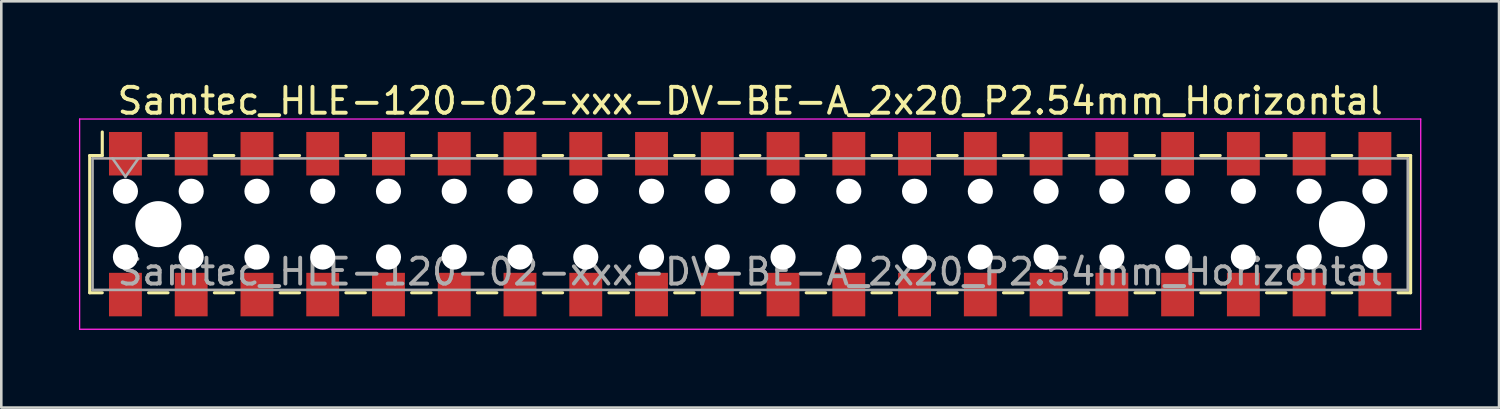
<source format=kicad_pcb>
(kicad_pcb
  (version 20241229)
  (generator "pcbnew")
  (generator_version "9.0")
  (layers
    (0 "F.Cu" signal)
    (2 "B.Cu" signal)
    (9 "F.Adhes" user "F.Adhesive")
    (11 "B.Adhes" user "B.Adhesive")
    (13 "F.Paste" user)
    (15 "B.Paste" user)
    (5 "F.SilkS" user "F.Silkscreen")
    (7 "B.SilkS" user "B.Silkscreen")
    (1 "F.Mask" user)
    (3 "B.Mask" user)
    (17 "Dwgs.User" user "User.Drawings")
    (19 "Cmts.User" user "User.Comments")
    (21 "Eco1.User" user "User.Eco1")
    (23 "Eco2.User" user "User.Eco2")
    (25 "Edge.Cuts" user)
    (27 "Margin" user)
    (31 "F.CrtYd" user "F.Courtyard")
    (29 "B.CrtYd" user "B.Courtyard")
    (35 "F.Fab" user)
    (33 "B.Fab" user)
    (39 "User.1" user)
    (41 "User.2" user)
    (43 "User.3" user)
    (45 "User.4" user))
  (footprint "Samtec_HLE-120-02-xxx-DV-BE-A_2x20_P2.54mm_Horizontal"
    (layer "F.Cu")
    (at 25.925 5.608)
    (property "Reference" "Samtec_HLE-120-02-xxx-DV-BE-A_2x20_P2.54mm_Horizontal" (at 0 -4.76 0) (layer "F.SilkS") (effects (font (size 1 1) (thickness 0.15))))
    (attr smd)
    (fp_line (start -25.51 -2.65) (end -25.51 2.65) (stroke (width 0.12) (type solid)) (layer "F.SilkS"))
    (fp_line (start -25.51 2.65) (end -25.025 2.65) (stroke (width 0.12) (type solid)) (layer "F.SilkS"))
    (fp_line (start -25.025 -3.56) (end -25.025 -2.65) (stroke (width 0.12) (type solid)) (layer "F.SilkS"))
    (fp_line (start -25.025 -2.65) (end -25.51 -2.65) (stroke (width 0.12) (type solid)) (layer "F.SilkS"))
    (fp_line (start -23.235 -2.65) (end -22.485 -2.65) (stroke (width 0.12) (type solid)) (layer "F.SilkS"))
    (fp_line (start -23.235 2.65) (end -22.485 2.65) (stroke (width 0.12) (type solid)) (layer "F.SilkS"))
    (fp_line (start -20.695 -2.65) (end -19.945 -2.65) (stroke (width 0.12) (type solid)) (layer "F.SilkS"))
    (fp_line (start -20.695 2.65) (end -19.945 2.65) (stroke (width 0.12) (type solid)) (layer "F.SilkS"))
    (fp_line (start -18.155 -2.65) (end -17.405 -2.65) (stroke (width 0.12) (type solid)) (layer "F.SilkS"))
    (fp_line (start -18.155 2.65) (end -17.405 2.65) (stroke (width 0.12) (type solid)) (layer "F.SilkS"))
    (fp_line (start -15.615 -2.65) (end -14.865 -2.65) (stroke (width 0.12) (type solid)) (layer "F.SilkS"))
    (fp_line (start -15.615 2.65) (end -14.865 2.65) (stroke (width 0.12) (type solid)) (layer "F.SilkS"))
    (fp_line (start -13.075 -2.65) (end -12.325 -2.65) (stroke (width 0.12) (type solid)) (layer "F.SilkS"))
    (fp_line (start -13.075 2.65) (end -12.325 2.65) (stroke (width 0.12) (type solid)) (layer "F.SilkS"))
    (fp_line (start -10.535 -2.65) (end -9.785 -2.65) (stroke (width 0.12) (type solid)) (layer "F.SilkS"))
    (fp_line (start -10.535 2.65) (end -9.785 2.65) (stroke (width 0.12) (type solid)) (layer "F.SilkS"))
    (fp_line (start -7.995 -2.65) (end -7.245 -2.65) (stroke (width 0.12) (type solid)) (layer "F.SilkS"))
    (fp_line (start -7.995 2.65) (end -7.245 2.65) (stroke (width 0.12) (type solid)) (layer "F.SilkS"))
    (fp_line (start -5.455 -2.65) (end -4.705 -2.65) (stroke (width 0.12) (type solid)) (layer "F.SilkS"))
    (fp_line (start -5.455 2.65) (end -4.705 2.65) (stroke (width 0.12) (type solid)) (layer "F.SilkS"))
    (fp_line (start -2.915 -2.65) (end -2.165 -2.65) (stroke (width 0.12) (type solid)) (layer "F.SilkS"))
    (fp_line (start -2.915 2.65) (end -2.165 2.65) (stroke (width 0.12) (type solid)) (layer "F.SilkS"))
    (fp_line (start -0.375 -2.65) (end 0.375 -2.65) (stroke (width 0.12) (type solid)) (layer "F.SilkS"))
    (fp_line (start -0.375 2.65) (end 0.375 2.65) (stroke (width 0.12) (type solid)) (layer "F.SilkS"))
    (fp_line (start 2.165 -2.65) (end 2.915 -2.65) (stroke (width 0.12) (type solid)) (layer "F.SilkS"))
    (fp_line (start 2.165 2.65) (end 2.915 2.65) (stroke (width 0.12) (type solid)) (layer "F.SilkS"))
    (fp_line (start 4.705 -2.65) (end 5.455 -2.65) (stroke (width 0.12) (type solid)) (layer "F.SilkS"))
    (fp_line (start 4.705 2.65) (end 5.455 2.65) (stroke (width 0.12) (type solid)) (layer "F.SilkS"))
    (fp_line (start 7.245 -2.65) (end 7.995 -2.65) (stroke (width 0.12) (type solid)) (layer "F.SilkS"))
    (fp_line (start 7.245 2.65) (end 7.995 2.65) (stroke (width 0.12) (type solid)) (layer "F.SilkS"))
    (fp_line (start 9.785 -2.65) (end 10.535 -2.65) (stroke (width 0.12) (type solid)) (layer "F.SilkS"))
    (fp_line (start 9.785 2.65) (end 10.535 2.65) (stroke (width 0.12) (type solid)) (layer "F.SilkS"))
    (fp_line (start 12.325 -2.65) (end 13.075 -2.65) (stroke (width 0.12) (type solid)) (layer "F.SilkS"))
    (fp_line (start 12.325 2.65) (end 13.075 2.65) (stroke (width 0.12) (type solid)) (layer "F.SilkS"))
    (fp_line (start 14.865 -2.65) (end 15.615 -2.65) (stroke (width 0.12) (type solid)) (layer "F.SilkS"))
    (fp_line (start 14.865 2.65) (end 15.615 2.65) (stroke (width 0.12) (type solid)) (layer "F.SilkS"))
    (fp_line (start 17.405 -2.65) (end 18.155 -2.65) (stroke (width 0.12) (type solid)) (layer "F.SilkS"))
    (fp_line (start 17.405 2.65) (end 18.155 2.65) (stroke (width 0.12) (type solid)) (layer "F.SilkS"))
    (fp_line (start 19.945 -2.65) (end 20.695 -2.65) (stroke (width 0.12) (type solid)) (layer "F.SilkS"))
    (fp_line (start 19.945 2.65) (end 20.695 2.65) (stroke (width 0.12) (type solid)) (layer "F.SilkS"))
    (fp_line (start 22.485 -2.65) (end 23.235 -2.65) (stroke (width 0.12) (type solid)) (layer "F.SilkS"))
    (fp_line (start 22.485 2.65) (end 23.235 2.65) (stroke (width 0.12) (type solid)) (layer "F.SilkS"))
    (fp_line (start 25.025 -2.65) (end 25.51 -2.65) (stroke (width 0.12) (type solid)) (layer "F.SilkS"))
    (fp_line (start 25.51 -2.65) (end 25.51 2.65) (stroke (width 0.12) (type solid)) (layer "F.SilkS"))
    (fp_line (start 25.51 2.65) (end 25.025 2.65) (stroke (width 0.12) (type solid)) (layer "F.SilkS"))
    (fp_line (start -25.9 -4.06) (end 25.9 -4.06) (stroke (width 0.05) (type solid)) (layer "F.CrtYd"))
    (fp_line (start -25.9 4.06) (end -25.9 -4.06) (stroke (width 0.05) (type solid)) (layer "F.CrtYd"))
    (fp_line (start 25.9 -4.06) (end 25.9 4.06) (stroke (width 0.05) (type solid)) (layer "F.CrtYd"))
    (fp_line (start 25.9 4.06) (end -25.9 4.06) (stroke (width 0.05) (type solid)) (layer "F.CrtYd"))
    (fp_line (start -25.4 -2.54) (end 25.4 -2.54) (stroke (width 0.1) (type solid)) (layer "F.Fab"))
    (fp_line (start -25.4 2.54) (end -25.4 -2.54) (stroke (width 0.1) (type solid)) (layer "F.Fab"))
    (fp_line (start -24.63 -2.54) (end -24.13 -1.833) (stroke (width 0.1) (type solid)) (layer "F.Fab"))
    (fp_line (start -24.13 -1.833) (end -23.63 -2.54) (stroke (width 0.1) (type solid)) (layer "F.Fab"))
    (fp_line (start 25.4 -2.54) (end 25.4 2.54) (stroke (width 0.1) (type solid)) (layer "F.Fab"))
    (fp_line (start 25.4 2.54) (end -25.4 2.54) (stroke (width 0.1) (type solid)) (layer "F.Fab"))
    (fp_text user "${REFERENCE}" (at 0 1.84 0) (layer "F.Fab") (effects (font (size 1 1) (thickness 0.15))))
    (pad "" np_thru_hole circle (at -24.13 -1.27) (size 0.97 0.97) (drill 0.97) (layers "*.Cu" "*.Mask"))
    (pad "" np_thru_hole circle (at -24.13 1.27) (size 0.97 0.97) (drill 0.97) (layers "*.Cu" "*.Mask"))
    (pad "" np_thru_hole circle (at -22.86 0) (size 1.78 1.78) (drill 1.78) (layers "*.Cu" "*.Mask"))
    (pad "" np_thru_hole circle (at -21.59 -1.27) (size 0.97 0.97) (drill 0.97) (layers "*.Cu" "*.Mask"))
    (pad "" np_thru_hole circle (at -21.59 1.27) (size 0.97 0.97) (drill 0.97) (layers "*.Cu" "*.Mask"))
    (pad "" np_thru_hole circle (at -19.05 -1.27) (size 0.97 0.97) (drill 0.97) (layers "*.Cu" "*.Mask"))
    (pad "" np_thru_hole circle (at -19.05 1.27) (size 0.97 0.97) (drill 0.97) (layers "*.Cu" "*.Mask"))
    (pad "" np_thru_hole circle (at -16.51 -1.27) (size 0.97 0.97) (drill 0.97) (layers "*.Cu" "*.Mask"))
    (pad "" np_thru_hole circle (at -16.51 1.27) (size 0.97 0.97) (drill 0.97) (layers "*.Cu" "*.Mask"))
    (pad "" np_thru_hole circle (at -13.97 -1.27) (size 0.97 0.97) (drill 0.97) (layers "*.Cu" "*.Mask"))
    (pad "" np_thru_hole circle (at -13.97 1.27) (size 0.97 0.97) (drill 0.97) (layers "*.Cu" "*.Mask"))
    (pad "" np_thru_hole circle (at -11.43 -1.27) (size 0.97 0.97) (drill 0.97) (layers "*.Cu" "*.Mask"))
    (pad "" np_thru_hole circle (at -11.43 1.27) (size 0.97 0.97) (drill 0.97) (layers "*.Cu" "*.Mask"))
    (pad "" np_thru_hole circle (at -8.89 -1.27) (size 0.97 0.97) (drill 0.97) (layers "*.Cu" "*.Mask"))
    (pad "" np_thru_hole circle (at -8.89 1.27) (size 0.97 0.97) (drill 0.97) (layers "*.Cu" "*.Mask"))
    (pad "" np_thru_hole circle (at -6.35 -1.27) (size 0.97 0.97) (drill 0.97) (layers "*.Cu" "*.Mask"))
    (pad "" np_thru_hole circle (at -6.35 1.27) (size 0.97 0.97) (drill 0.97) (layers "*.Cu" "*.Mask"))
    (pad "" np_thru_hole circle (at -3.81 -1.27) (size 0.97 0.97) (drill 0.97) (layers "*.Cu" "*.Mask"))
    (pad "" np_thru_hole circle (at -3.81 1.27) (size 0.97 0.97) (drill 0.97) (layers "*.Cu" "*.Mask"))
    (pad "" np_thru_hole circle (at -1.27 -1.27) (size 0.97 0.97) (drill 0.97) (layers "*.Cu" "*.Mask"))
    (pad "" np_thru_hole circle (at -1.27 1.27) (size 0.97 0.97) (drill 0.97) (layers "*.Cu" "*.Mask"))
    (pad "" np_thru_hole circle (at 1.27 -1.27) (size 0.97 0.97) (drill 0.97) (layers "*.Cu" "*.Mask"))
    (pad "" np_thru_hole circle (at 1.27 1.27) (size 0.97 0.97) (drill 0.97) (layers "*.Cu" "*.Mask"))
    (pad "" np_thru_hole circle (at 3.81 -1.27) (size 0.97 0.97) (drill 0.97) (layers "*.Cu" "*.Mask"))
    (pad "" np_thru_hole circle (at 3.81 1.27) (size 0.97 0.97) (drill 0.97) (layers "*.Cu" "*.Mask"))
    (pad "" np_thru_hole circle (at 6.35 -1.27) (size 0.97 0.97) (drill 0.97) (layers "*.Cu" "*.Mask"))
    (pad "" np_thru_hole circle (at 6.35 1.27) (size 0.97 0.97) (drill 0.97) (layers "*.Cu" "*.Mask"))
    (pad "" np_thru_hole circle (at 8.89 -1.27) (size 0.97 0.97) (drill 0.97) (layers "*.Cu" "*.Mask"))
    (pad "" np_thru_hole circle (at 8.89 1.27) (size 0.97 0.97) (drill 0.97) (layers "*.Cu" "*.Mask"))
    (pad "" np_thru_hole circle (at 11.43 -1.27) (size 0.97 0.97) (drill 0.97) (layers "*.Cu" "*.Mask"))
    (pad "" np_thru_hole circle (at 11.43 1.27) (size 0.97 0.97) (drill 0.97) (layers "*.Cu" "*.Mask"))
    (pad "" np_thru_hole circle (at 13.97 -1.27) (size 0.97 0.97) (drill 0.97) (layers "*.Cu" "*.Mask"))
    (pad "" np_thru_hole circle (at 13.97 1.27) (size 0.97 0.97) (drill 0.97) (layers "*.Cu" "*.Mask"))
    (pad "" np_thru_hole circle (at 16.51 -1.27) (size 0.97 0.97) (drill 0.97) (layers "*.Cu" "*.Mask"))
    (pad "" np_thru_hole circle (at 16.51 1.27) (size 0.97 0.97) (drill 0.97) (layers "*.Cu" "*.Mask"))
    (pad "" np_thru_hole circle (at 19.05 -1.27) (size 0.97 0.97) (drill 0.97) (layers "*.Cu" "*.Mask"))
    (pad "" np_thru_hole circle (at 19.05 1.27) (size 0.97 0.97) (drill 0.97) (layers "*.Cu" "*.Mask"))
    (pad "" np_thru_hole circle (at 21.59 -1.27) (size 0.97 0.97) (drill 0.97) (layers "*.Cu" "*.Mask"))
    (pad "" np_thru_hole circle (at 21.59 1.27) (size 0.97 0.97) (drill 0.97) (layers "*.Cu" "*.Mask"))
    (pad "" np_thru_hole circle (at 22.86 0) (size 1.78 1.78) (drill 1.78) (layers "*.Cu" "*.Mask"))
    (pad "" np_thru_hole circle (at 24.13 -1.27) (size 0.97 0.97) (drill 0.97) (layers "*.Cu" "*.Mask"))
    (pad "" np_thru_hole circle (at 24.13 1.27) (size 0.97 0.97) (drill 0.97) (layers "*.Cu" "*.Mask"))
    (pad "1" smd rect (at -24.13 -2.72) (size 1.27 1.68) (layers "F.Cu" "F.Mask" "F.Paste"))
    (pad "2" smd rect (at -24.13 2.72) (size 1.27 1.68) (layers "F.Cu" "F.Mask" "F.Paste"))
    (pad "3" smd rect (at -21.59 -2.72) (size 1.27 1.68) (layers "F.Cu" "F.Mask" "F.Paste"))
    (pad "4" smd rect (at -21.59 2.72) (size 1.27 1.68) (layers "F.Cu" "F.Mask" "F.Paste"))
    (pad "5" smd rect (at -19.05 -2.72) (size 1.27 1.68) (layers "F.Cu" "F.Mask" "F.Paste"))
    (pad "6" smd rect (at -19.05 2.72) (size 1.27 1.68) (layers "F.Cu" "F.Mask" "F.Paste"))
    (pad "7" smd rect (at -16.51 -2.72) (size 1.27 1.68) (layers "F.Cu" "F.Mask" "F.Paste"))
    (pad "8" smd rect (at -16.51 2.72) (size 1.27 1.68) (layers "F.Cu" "F.Mask" "F.Paste"))
    (pad "9" smd rect (at -13.97 -2.72) (size 1.27 1.68) (layers "F.Cu" "F.Mask" "F.Paste"))
    (pad "10" smd rect (at -13.97 2.72) (size 1.27 1.68) (layers "F.Cu" "F.Mask" "F.Paste"))
    (pad "11" smd rect (at -11.43 -2.72) (size 1.27 1.68) (layers "F.Cu" "F.Mask" "F.Paste"))
    (pad "12" smd rect (at -11.43 2.72) (size 1.27 1.68) (layers "F.Cu" "F.Mask" "F.Paste"))
    (pad "13" smd rect (at -8.89 -2.72) (size 1.27 1.68) (layers "F.Cu" "F.Mask" "F.Paste"))
    (pad "14" smd rect (at -8.89 2.72) (size 1.27 1.68) (layers "F.Cu" "F.Mask" "F.Paste"))
    (pad "15" smd rect (at -6.35 -2.72) (size 1.27 1.68) (layers "F.Cu" "F.Mask" "F.Paste"))
    (pad "16" smd rect (at -6.35 2.72) (size 1.27 1.68) (layers "F.Cu" "F.Mask" "F.Paste"))
    (pad "17" smd rect (at -3.81 -2.72) (size 1.27 1.68) (layers "F.Cu" "F.Mask" "F.Paste"))
    (pad "18" smd rect (at -3.81 2.72) (size 1.27 1.68) (layers "F.Cu" "F.Mask" "F.Paste"))
    (pad "19" smd rect (at -1.27 -2.72) (size 1.27 1.68) (layers "F.Cu" "F.Mask" "F.Paste"))
    (pad "20" smd rect (at -1.27 2.72) (size 1.27 1.68) (layers "F.Cu" "F.Mask" "F.Paste"))
    (pad "21" smd rect (at 1.27 -2.72) (size 1.27 1.68) (layers "F.Cu" "F.Mask" "F.Paste"))
    (pad "22" smd rect (at 1.27 2.72) (size 1.27 1.68) (layers "F.Cu" "F.Mask" "F.Paste"))
    (pad "23" smd rect (at 3.81 -2.72) (size 1.27 1.68) (layers "F.Cu" "F.Mask" "F.Paste"))
    (pad "24" smd rect (at 3.81 2.72) (size 1.27 1.68) (layers "F.Cu" "F.Mask" "F.Paste"))
    (pad "25" smd rect (at 6.35 -2.72) (size 1.27 1.68) (layers "F.Cu" "F.Mask" "F.Paste"))
    (pad "26" smd rect (at 6.35 2.72) (size 1.27 1.68) (layers "F.Cu" "F.Mask" "F.Paste"))
    (pad "27" smd rect (at 8.89 -2.72) (size 1.27 1.68) (layers "F.Cu" "F.Mask" "F.Paste"))
    (pad "28" smd rect (at 8.89 2.72) (size 1.27 1.68) (layers "F.Cu" "F.Mask" "F.Paste"))
    (pad "29" smd rect (at 11.43 -2.72) (size 1.27 1.68) (layers "F.Cu" "F.Mask" "F.Paste"))
    (pad "30" smd rect (at 11.43 2.72) (size 1.27 1.68) (layers "F.Cu" "F.Mask" "F.Paste"))
    (pad "31" smd rect (at 13.97 -2.72) (size 1.27 1.68) (layers "F.Cu" "F.Mask" "F.Paste"))
    (pad "32" smd rect (at 13.97 2.72) (size 1.27 1.68) (layers "F.Cu" "F.Mask" "F.Paste"))
    (pad "33" smd rect (at 16.51 -2.72) (size 1.27 1.68) (layers "F.Cu" "F.Mask" "F.Paste"))
    (pad "34" smd rect (at 16.51 2.72) (size 1.27 1.68) (layers "F.Cu" "F.Mask" "F.Paste"))
    (pad "35" smd rect (at 19.05 -2.72) (size 1.27 1.68) (layers "F.Cu" "F.Mask" "F.Paste"))
    (pad "36" smd rect (at 19.05 2.72) (size 1.27 1.68) (layers "F.Cu" "F.Mask" "F.Paste"))
    (pad "37" smd rect (at 21.59 -2.72) (size 1.27 1.68) (layers "F.Cu" "F.Mask" "F.Paste"))
    (pad "38" smd rect (at 21.59 2.72) (size 1.27 1.68) (layers "F.Cu" "F.Mask" "F.Paste"))
    (pad "39" smd rect (at 24.13 -2.72) (size 1.27 1.68) (layers "F.Cu" "F.Mask" "F.Paste"))
    (pad "40" smd rect (at 24.13 2.72) (size 1.27 1.68) (layers "F.Cu" "F.Mask" "F.Paste")))
  (gr_rect
    (start -3 -3)
    (end 54.85 12.693)
    (stroke (width 0.1) (type default))
    (fill no)
    (layer "Edge.Cuts")))
</source>
